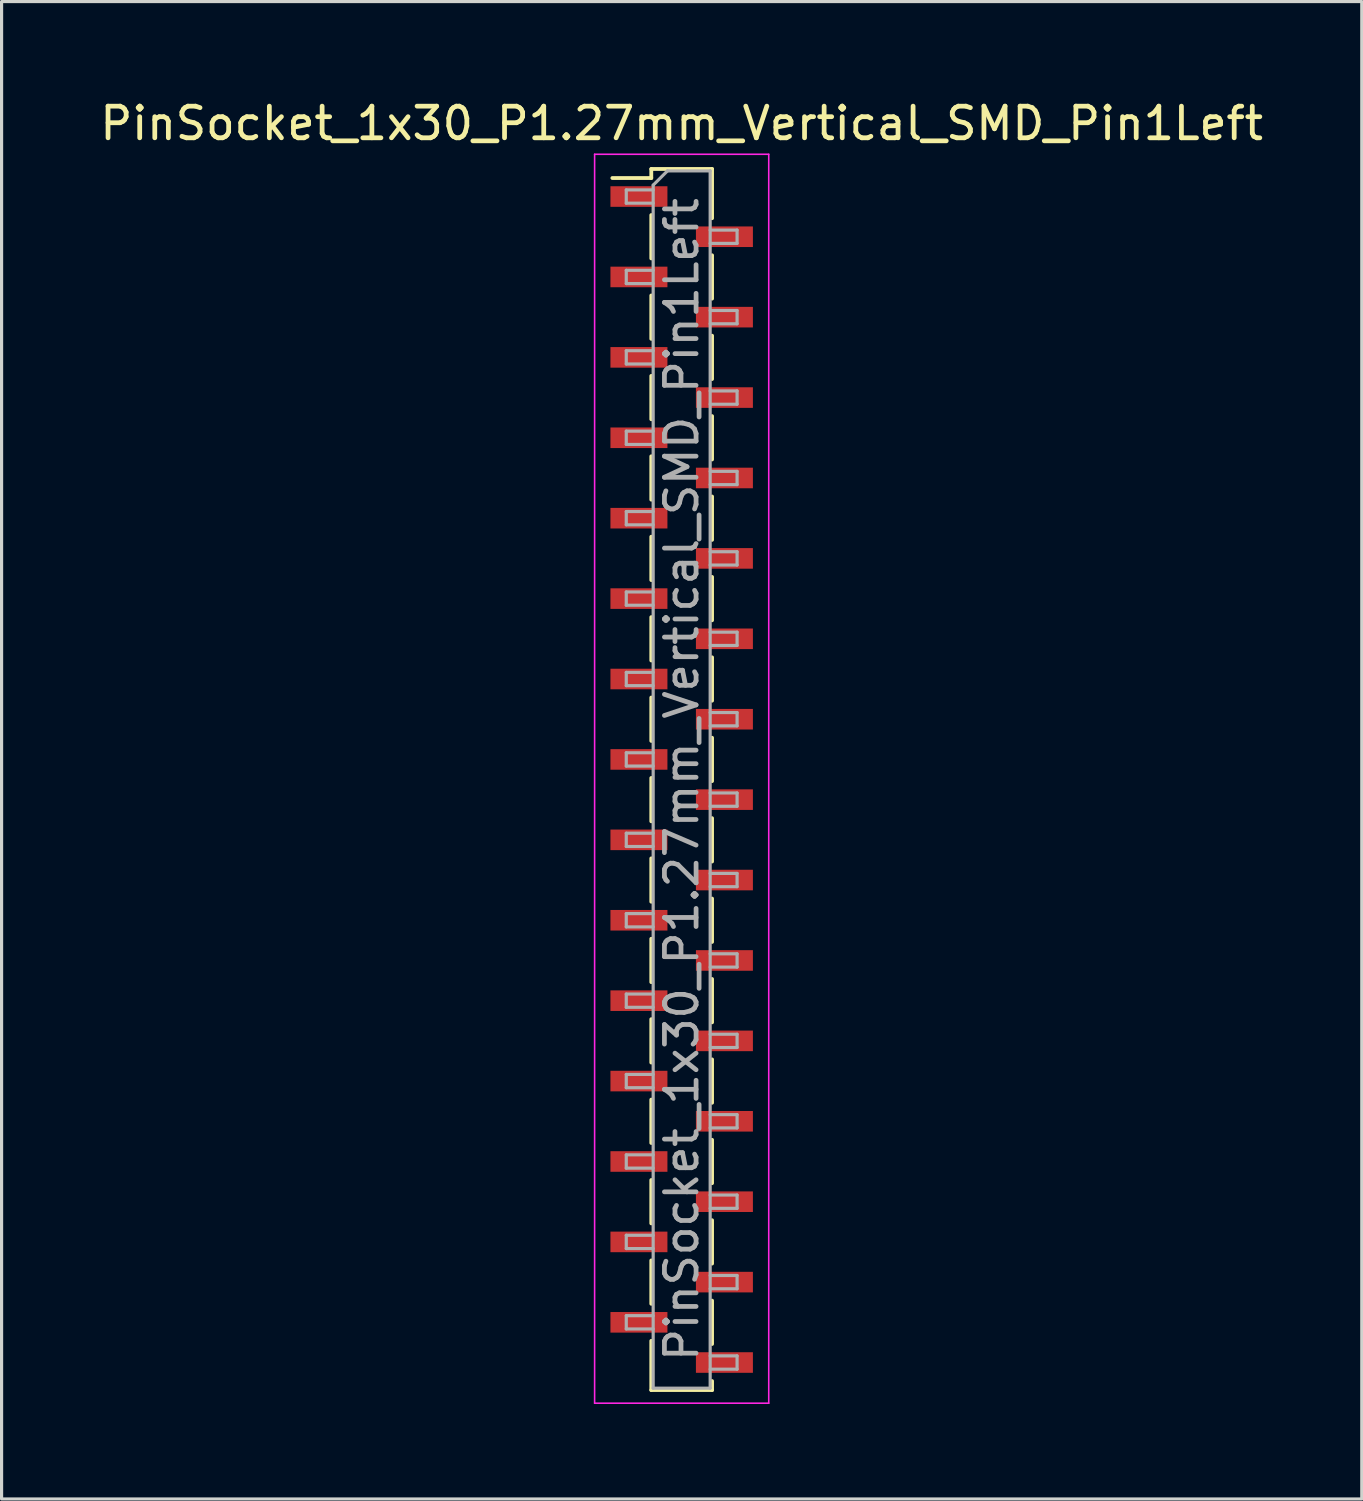
<source format=kicad_pcb>
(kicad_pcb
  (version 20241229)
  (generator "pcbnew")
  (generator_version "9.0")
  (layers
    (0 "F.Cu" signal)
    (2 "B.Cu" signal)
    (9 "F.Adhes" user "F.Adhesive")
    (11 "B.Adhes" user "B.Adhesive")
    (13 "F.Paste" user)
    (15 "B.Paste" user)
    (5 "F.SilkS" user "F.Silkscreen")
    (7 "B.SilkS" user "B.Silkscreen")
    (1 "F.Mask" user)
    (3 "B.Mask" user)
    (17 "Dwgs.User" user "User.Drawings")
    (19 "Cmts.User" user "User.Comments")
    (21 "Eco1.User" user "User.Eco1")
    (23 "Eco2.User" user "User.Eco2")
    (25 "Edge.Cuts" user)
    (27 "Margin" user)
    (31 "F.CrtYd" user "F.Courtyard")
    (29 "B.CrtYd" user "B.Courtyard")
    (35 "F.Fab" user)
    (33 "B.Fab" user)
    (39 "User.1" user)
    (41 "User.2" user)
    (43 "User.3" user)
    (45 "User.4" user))
  (footprint "PinSocket_1x30_P1.27mm_Vertical_SMD_Pin1Left"
    (layer "F.Cu")
    (at 18.482 21.573)
    (property "Reference" "PinSocket_1x30_P1.27mm_Vertical_SMD_Pin1Left" (at 0 -20.725 0) (layer "F.SilkS") (effects (font (size 1 1) (thickness 0.15))))
    (attr smd)
    (fp_line (start -2.19 -19) (end -0.96 -19) (stroke (width 0.12) (type solid)) (layer "F.SilkS"))
    (fp_line (start -0.96 -19.285) (end -0.96 -19) (stroke (width 0.12) (type solid)) (layer "F.SilkS"))
    (fp_line (start -0.96 -19.285) (end 0.96 -19.285) (stroke (width 0.12) (type solid)) (layer "F.SilkS"))
    (fp_line (start -0.96 -17.83) (end -0.96 -16.46) (stroke (width 0.12) (type solid)) (layer "F.SilkS"))
    (fp_line (start -0.96 -15.29) (end -0.96 -13.92) (stroke (width 0.12) (type solid)) (layer "F.SilkS"))
    (fp_line (start -0.96 -12.75) (end -0.96 -11.38) (stroke (width 0.12) (type solid)) (layer "F.SilkS"))
    (fp_line (start -0.96 -10.21) (end -0.96 -8.84) (stroke (width 0.12) (type solid)) (layer "F.SilkS"))
    (fp_line (start -0.96 -7.67) (end -0.96 -6.3) (stroke (width 0.12) (type solid)) (layer "F.SilkS"))
    (fp_line (start -0.96 -5.13) (end -0.96 -3.76) (stroke (width 0.12) (type solid)) (layer "F.SilkS"))
    (fp_line (start -0.96 -2.59) (end -0.96 -1.22) (stroke (width 0.12) (type solid)) (layer "F.SilkS"))
    (fp_line (start -0.96 -0.05) (end -0.96 1.32) (stroke (width 0.12) (type solid)) (layer "F.SilkS"))
    (fp_line (start -0.96 2.49) (end -0.96 3.86) (stroke (width 0.12) (type solid)) (layer "F.SilkS"))
    (fp_line (start -0.96 5.03) (end -0.96 6.4) (stroke (width 0.12) (type solid)) (layer "F.SilkS"))
    (fp_line (start -0.96 7.57) (end -0.96 8.94) (stroke (width 0.12) (type solid)) (layer "F.SilkS"))
    (fp_line (start -0.96 10.11) (end -0.96 11.48) (stroke (width 0.12) (type solid)) (layer "F.SilkS"))
    (fp_line (start -0.96 12.65) (end -0.96 14.02) (stroke (width 0.12) (type solid)) (layer "F.SilkS"))
    (fp_line (start -0.96 15.19) (end -0.96 16.56) (stroke (width 0.12) (type solid)) (layer "F.SilkS"))
    (fp_line (start -0.96 17.73) (end -0.96 19.285) (stroke (width 0.12) (type solid)) (layer "F.SilkS"))
    (fp_line (start -0.96 19.285) (end 0.96 19.285) (stroke (width 0.12) (type solid)) (layer "F.SilkS"))
    (fp_line (start 0.96 -19.285) (end 0.96 -17.73) (stroke (width 0.12) (type solid)) (layer "F.SilkS"))
    (fp_line (start 0.96 -16.56) (end 0.96 -15.19) (stroke (width 0.12) (type solid)) (layer "F.SilkS"))
    (fp_line (start 0.96 -14.02) (end 0.96 -12.65) (stroke (width 0.12) (type solid)) (layer "F.SilkS"))
    (fp_line (start 0.96 -11.48) (end 0.96 -10.11) (stroke (width 0.12) (type solid)) (layer "F.SilkS"))
    (fp_line (start 0.96 -8.94) (end 0.96 -7.57) (stroke (width 0.12) (type solid)) (layer "F.SilkS"))
    (fp_line (start 0.96 -6.4) (end 0.96 -5.03) (stroke (width 0.12) (type solid)) (layer "F.SilkS"))
    (fp_line (start 0.96 -3.86) (end 0.96 -2.49) (stroke (width 0.12) (type solid)) (layer "F.SilkS"))
    (fp_line (start 0.96 -1.32) (end 0.96 0.05) (stroke (width 0.12) (type solid)) (layer "F.SilkS"))
    (fp_line (start 0.96 1.22) (end 0.96 2.59) (stroke (width 0.12) (type solid)) (layer "F.SilkS"))
    (fp_line (start 0.96 3.76) (end 0.96 5.13) (stroke (width 0.12) (type solid)) (layer "F.SilkS"))
    (fp_line (start 0.96 6.3) (end 0.96 7.67) (stroke (width 0.12) (type solid)) (layer "F.SilkS"))
    (fp_line (start 0.96 8.84) (end 0.96 10.21) (stroke (width 0.12) (type solid)) (layer "F.SilkS"))
    (fp_line (start 0.96 11.38) (end 0.96 12.75) (stroke (width 0.12) (type solid)) (layer "F.SilkS"))
    (fp_line (start 0.96 13.92) (end 0.96 15.29) (stroke (width 0.12) (type solid)) (layer "F.SilkS"))
    (fp_line (start 0.96 16.46) (end 0.96 17.83) (stroke (width 0.12) (type solid)) (layer "F.SilkS"))
    (fp_line (start 0.96 19) (end 0.96 19.285) (stroke (width 0.12) (type solid)) (layer "F.SilkS"))
    (fp_line (start -2.75 -19.75) (end 2.75 -19.75) (stroke (width 0.05) (type solid)) (layer "F.CrtYd"))
    (fp_line (start -2.75 19.7) (end -2.75 -19.75) (stroke (width 0.05) (type solid)) (layer "F.CrtYd"))
    (fp_line (start 2.75 -19.75) (end 2.75 19.7) (stroke (width 0.05) (type solid)) (layer "F.CrtYd"))
    (fp_line (start 2.75 19.7) (end -2.75 19.7) (stroke (width 0.05) (type solid)) (layer "F.CrtYd"))
    (fp_line (start -1.75 -18.625) (end -0.9 -18.625) (stroke (width 0.1) (type solid)) (layer "F.Fab"))
    (fp_line (start -1.75 -18.205) (end -1.75 -18.625) (stroke (width 0.1) (type solid)) (layer "F.Fab"))
    (fp_line (start -1.75 -16.085) (end -0.9 -16.085) (stroke (width 0.1) (type solid)) (layer "F.Fab"))
    (fp_line (start -1.75 -15.665) (end -1.75 -16.085) (stroke (width 0.1) (type solid)) (layer "F.Fab"))
    (fp_line (start -1.75 -13.545) (end -0.9 -13.545) (stroke (width 0.1) (type solid)) (layer "F.Fab"))
    (fp_line (start -1.75 -13.125) (end -1.75 -13.545) (stroke (width 0.1) (type solid)) (layer "F.Fab"))
    (fp_line (start -1.75 -11.005) (end -0.9 -11.005) (stroke (width 0.1) (type solid)) (layer "F.Fab"))
    (fp_line (start -1.75 -10.585) (end -1.75 -11.005) (stroke (width 0.1) (type solid)) (layer "F.Fab"))
    (fp_line (start -1.75 -8.465) (end -0.9 -8.465) (stroke (width 0.1) (type solid)) (layer "F.Fab"))
    (fp_line (start -1.75 -8.045) (end -1.75 -8.465) (stroke (width 0.1) (type solid)) (layer "F.Fab"))
    (fp_line (start -1.75 -5.925) (end -0.9 -5.925) (stroke (width 0.1) (type solid)) (layer "F.Fab"))
    (fp_line (start -1.75 -5.505) (end -1.75 -5.925) (stroke (width 0.1) (type solid)) (layer "F.Fab"))
    (fp_line (start -1.75 -3.385) (end -0.9 -3.385) (stroke (width 0.1) (type solid)) (layer "F.Fab"))
    (fp_line (start -1.75 -2.965) (end -1.75 -3.385) (stroke (width 0.1) (type solid)) (layer "F.Fab"))
    (fp_line (start -1.75 -0.845) (end -0.9 -0.845) (stroke (width 0.1) (type solid)) (layer "F.Fab"))
    (fp_line (start -1.75 -0.425) (end -1.75 -0.845) (stroke (width 0.1) (type solid)) (layer "F.Fab"))
    (fp_line (start -1.75 1.695) (end -0.9 1.695) (stroke (width 0.1) (type solid)) (layer "F.Fab"))
    (fp_line (start -1.75 2.115) (end -1.75 1.695) (stroke (width 0.1) (type solid)) (layer "F.Fab"))
    (fp_line (start -1.75 4.235) (end -0.9 4.235) (stroke (width 0.1) (type solid)) (layer "F.Fab"))
    (fp_line (start -1.75 4.655) (end -1.75 4.235) (stroke (width 0.1) (type solid)) (layer "F.Fab"))
    (fp_line (start -1.75 6.775) (end -0.9 6.775) (stroke (width 0.1) (type solid)) (layer "F.Fab"))
    (fp_line (start -1.75 7.195) (end -1.75 6.775) (stroke (width 0.1) (type solid)) (layer "F.Fab"))
    (fp_line (start -1.75 9.315) (end -0.9 9.315) (stroke (width 0.1) (type solid)) (layer "F.Fab"))
    (fp_line (start -1.75 9.735) (end -1.75 9.315) (stroke (width 0.1) (type solid)) (layer "F.Fab"))
    (fp_line (start -1.75 11.855) (end -0.9 11.855) (stroke (width 0.1) (type solid)) (layer "F.Fab"))
    (fp_line (start -1.75 12.275) (end -1.75 11.855) (stroke (width 0.1) (type solid)) (layer "F.Fab"))
    (fp_line (start -1.75 14.395) (end -0.9 14.395) (stroke (width 0.1) (type solid)) (layer "F.Fab"))
    (fp_line (start -1.75 14.815) (end -1.75 14.395) (stroke (width 0.1) (type solid)) (layer "F.Fab"))
    (fp_line (start -1.75 16.935) (end -0.9 16.935) (stroke (width 0.1) (type solid)) (layer "F.Fab"))
    (fp_line (start -1.75 17.355) (end -1.75 16.935) (stroke (width 0.1) (type solid)) (layer "F.Fab"))
    (fp_line (start -0.9 -18.775) (end -0.45 -19.225) (stroke (width 0.1) (type solid)) (layer "F.Fab"))
    (fp_line (start -0.9 -18.205) (end -1.75 -18.205) (stroke (width 0.1) (type solid)) (layer "F.Fab"))
    (fp_line (start -0.9 -15.665) (end -1.75 -15.665) (stroke (width 0.1) (type solid)) (layer "F.Fab"))
    (fp_line (start -0.9 -13.125) (end -1.75 -13.125) (stroke (width 0.1) (type solid)) (layer "F.Fab"))
    (fp_line (start -0.9 -10.585) (end -1.75 -10.585) (stroke (width 0.1) (type solid)) (layer "F.Fab"))
    (fp_line (start -0.9 -8.045) (end -1.75 -8.045) (stroke (width 0.1) (type solid)) (layer "F.Fab"))
    (fp_line (start -0.9 -5.505) (end -1.75 -5.505) (stroke (width 0.1) (type solid)) (layer "F.Fab"))
    (fp_line (start -0.9 -2.965) (end -1.75 -2.965) (stroke (width 0.1) (type solid)) (layer "F.Fab"))
    (fp_line (start -0.9 -0.425) (end -1.75 -0.425) (stroke (width 0.1) (type solid)) (layer "F.Fab"))
    (fp_line (start -0.9 2.115) (end -1.75 2.115) (stroke (width 0.1) (type solid)) (layer "F.Fab"))
    (fp_line (start -0.9 4.655) (end -1.75 4.655) (stroke (width 0.1) (type solid)) (layer "F.Fab"))
    (fp_line (start -0.9 7.195) (end -1.75 7.195) (stroke (width 0.1) (type solid)) (layer "F.Fab"))
    (fp_line (start -0.9 9.735) (end -1.75 9.735) (stroke (width 0.1) (type solid)) (layer "F.Fab"))
    (fp_line (start -0.9 12.275) (end -1.75 12.275) (stroke (width 0.1) (type solid)) (layer "F.Fab"))
    (fp_line (start -0.9 14.815) (end -1.75 14.815) (stroke (width 0.1) (type solid)) (layer "F.Fab"))
    (fp_line (start -0.9 17.355) (end -1.75 17.355) (stroke (width 0.1) (type solid)) (layer "F.Fab"))
    (fp_line (start -0.9 19.225) (end -0.9 -18.775) (stroke (width 0.1) (type solid)) (layer "F.Fab"))
    (fp_line (start -0.45 -19.225) (end 0.9 -19.225) (stroke (width 0.1) (type solid)) (layer "F.Fab"))
    (fp_line (start 0.9 -19.225) (end 0.9 19.225) (stroke (width 0.1) (type solid)) (layer "F.Fab"))
    (fp_line (start 0.9 -17.355) (end 1.75 -17.355) (stroke (width 0.1) (type solid)) (layer "F.Fab"))
    (fp_line (start 0.9 -14.815) (end 1.75 -14.815) (stroke (width 0.1) (type solid)) (layer "F.Fab"))
    (fp_line (start 0.9 -12.275) (end 1.75 -12.275) (stroke (width 0.1) (type solid)) (layer "F.Fab"))
    (fp_line (start 0.9 -9.735) (end 1.75 -9.735) (stroke (width 0.1) (type solid)) (layer "F.Fab"))
    (fp_line (start 0.9 -7.195) (end 1.75 -7.195) (stroke (width 0.1) (type solid)) (layer "F.Fab"))
    (fp_line (start 0.9 -4.655) (end 1.75 -4.655) (stroke (width 0.1) (type solid)) (layer "F.Fab"))
    (fp_line (start 0.9 -2.115) (end 1.75 -2.115) (stroke (width 0.1) (type solid)) (layer "F.Fab"))
    (fp_line (start 0.9 0.425) (end 1.75 0.425) (stroke (width 0.1) (type solid)) (layer "F.Fab"))
    (fp_line (start 0.9 2.965) (end 1.75 2.965) (stroke (width 0.1) (type solid)) (layer "F.Fab"))
    (fp_line (start 0.9 5.505) (end 1.75 5.505) (stroke (width 0.1) (type solid)) (layer "F.Fab"))
    (fp_line (start 0.9 8.045) (end 1.75 8.045) (stroke (width 0.1) (type solid)) (layer "F.Fab"))
    (fp_line (start 0.9 10.585) (end 1.75 10.585) (stroke (width 0.1) (type solid)) (layer "F.Fab"))
    (fp_line (start 0.9 13.125) (end 1.75 13.125) (stroke (width 0.1) (type solid)) (layer "F.Fab"))
    (fp_line (start 0.9 15.665) (end 1.75 15.665) (stroke (width 0.1) (type solid)) (layer "F.Fab"))
    (fp_line (start 0.9 18.205) (end 1.75 18.205) (stroke (width 0.1) (type solid)) (layer "F.Fab"))
    (fp_line (start 0.9 19.225) (end -0.9 19.225) (stroke (width 0.1) (type solid)) (layer "F.Fab"))
    (fp_line (start 1.75 -17.355) (end 1.75 -16.935) (stroke (width 0.1) (type solid)) (layer "F.Fab"))
    (fp_line (start 1.75 -16.935) (end 0.9 -16.935) (stroke (width 0.1) (type solid)) (layer "F.Fab"))
    (fp_line (start 1.75 -14.815) (end 1.75 -14.395) (stroke (width 0.1) (type solid)) (layer "F.Fab"))
    (fp_line (start 1.75 -14.395) (end 0.9 -14.395) (stroke (width 0.1) (type solid)) (layer "F.Fab"))
    (fp_line (start 1.75 -12.275) (end 1.75 -11.855) (stroke (width 0.1) (type solid)) (layer "F.Fab"))
    (fp_line (start 1.75 -11.855) (end 0.9 -11.855) (stroke (width 0.1) (type solid)) (layer "F.Fab"))
    (fp_line (start 1.75 -9.735) (end 1.75 -9.315) (stroke (width 0.1) (type solid)) (layer "F.Fab"))
    (fp_line (start 1.75 -9.315) (end 0.9 -9.315) (stroke (width 0.1) (type solid)) (layer "F.Fab"))
    (fp_line (start 1.75 -7.195) (end 1.75 -6.775) (stroke (width 0.1) (type solid)) (layer "F.Fab"))
    (fp_line (start 1.75 -6.775) (end 0.9 -6.775) (stroke (width 0.1) (type solid)) (layer "F.Fab"))
    (fp_line (start 1.75 -4.655) (end 1.75 -4.235) (stroke (width 0.1) (type solid)) (layer "F.Fab"))
    (fp_line (start 1.75 -4.235) (end 0.9 -4.235) (stroke (width 0.1) (type solid)) (layer "F.Fab"))
    (fp_line (start 1.75 -2.115) (end 1.75 -1.695) (stroke (width 0.1) (type solid)) (layer "F.Fab"))
    (fp_line (start 1.75 -1.695) (end 0.9 -1.695) (stroke (width 0.1) (type solid)) (layer "F.Fab"))
    (fp_line (start 1.75 0.425) (end 1.75 0.845) (stroke (width 0.1) (type solid)) (layer "F.Fab"))
    (fp_line (start 1.75 0.845) (end 0.9 0.845) (stroke (width 0.1) (type solid)) (layer "F.Fab"))
    (fp_line (start 1.75 2.965) (end 1.75 3.385) (stroke (width 0.1) (type solid)) (layer "F.Fab"))
    (fp_line (start 1.75 3.385) (end 0.9 3.385) (stroke (width 0.1) (type solid)) (layer "F.Fab"))
    (fp_line (start 1.75 5.505) (end 1.75 5.925) (stroke (width 0.1) (type solid)) (layer "F.Fab"))
    (fp_line (start 1.75 5.925) (end 0.9 5.925) (stroke (width 0.1) (type solid)) (layer "F.Fab"))
    (fp_line (start 1.75 8.045) (end 1.75 8.465) (stroke (width 0.1) (type solid)) (layer "F.Fab"))
    (fp_line (start 1.75 8.465) (end 0.9 8.465) (stroke (width 0.1) (type solid)) (layer "F.Fab"))
    (fp_line (start 1.75 10.585) (end 1.75 11.005) (stroke (width 0.1) (type solid)) (layer "F.Fab"))
    (fp_line (start 1.75 11.005) (end 0.9 11.005) (stroke (width 0.1) (type solid)) (layer "F.Fab"))
    (fp_line (start 1.75 13.125) (end 1.75 13.545) (stroke (width 0.1) (type solid)) (layer "F.Fab"))
    (fp_line (start 1.75 13.545) (end 0.9 13.545) (stroke (width 0.1) (type solid)) (layer "F.Fab"))
    (fp_line (start 1.75 15.665) (end 1.75 16.085) (stroke (width 0.1) (type solid)) (layer "F.Fab"))
    (fp_line (start 1.75 16.085) (end 0.9 16.085) (stroke (width 0.1) (type solid)) (layer "F.Fab"))
    (fp_line (start 1.75 18.205) (end 1.75 18.625) (stroke (width 0.1) (type solid)) (layer "F.Fab"))
    (fp_line (start 1.75 18.625) (end 0.9 18.625) (stroke (width 0.1) (type solid)) (layer "F.Fab"))
    (fp_text user "${REFERENCE}" (at 0 0 90) (layer "F.Fab") (effects (font (size 1 1) (thickness 0.15))))
    (pad "1" smd rect (at -1.35 -18.415) (size 1.8 0.65) (layers "F.Cu" "F.Mask" "F.Paste"))
    (pad "2" smd rect (at 1.35 -17.145) (size 1.8 0.65) (layers "F.Cu" "F.Mask" "F.Paste"))
    (pad "3" smd rect (at -1.35 -15.875) (size 1.8 0.65) (layers "F.Cu" "F.Mask" "F.Paste"))
    (pad "4" smd rect (at 1.35 -14.605) (size 1.8 0.65) (layers "F.Cu" "F.Mask" "F.Paste"))
    (pad "5" smd rect (at -1.35 -13.335) (size 1.8 0.65) (layers "F.Cu" "F.Mask" "F.Paste"))
    (pad "6" smd rect (at 1.35 -12.065) (size 1.8 0.65) (layers "F.Cu" "F.Mask" "F.Paste"))
    (pad "7" smd rect (at -1.35 -10.795) (size 1.8 0.65) (layers "F.Cu" "F.Mask" "F.Paste"))
    (pad "8" smd rect (at 1.35 -9.525) (size 1.8 0.65) (layers "F.Cu" "F.Mask" "F.Paste"))
    (pad "9" smd rect (at -1.35 -8.255) (size 1.8 0.65) (layers "F.Cu" "F.Mask" "F.Paste"))
    (pad "10" smd rect (at 1.35 -6.985) (size 1.8 0.65) (layers "F.Cu" "F.Mask" "F.Paste"))
    (pad "11" smd rect (at -1.35 -5.715) (size 1.8 0.65) (layers "F.Cu" "F.Mask" "F.Paste"))
    (pad "12" smd rect (at 1.35 -4.445) (size 1.8 0.65) (layers "F.Cu" "F.Mask" "F.Paste"))
    (pad "13" smd rect (at -1.35 -3.175) (size 1.8 0.65) (layers "F.Cu" "F.Mask" "F.Paste"))
    (pad "14" smd rect (at 1.35 -1.905) (size 1.8 0.65) (layers "F.Cu" "F.Mask" "F.Paste"))
    (pad "15" smd rect (at -1.35 -0.635) (size 1.8 0.65) (layers "F.Cu" "F.Mask" "F.Paste"))
    (pad "16" smd rect (at 1.35 0.635) (size 1.8 0.65) (layers "F.Cu" "F.Mask" "F.Paste"))
    (pad "17" smd rect (at -1.35 1.905) (size 1.8 0.65) (layers "F.Cu" "F.Mask" "F.Paste"))
    (pad "18" smd rect (at 1.35 3.175) (size 1.8 0.65) (layers "F.Cu" "F.Mask" "F.Paste"))
    (pad "19" smd rect (at -1.35 4.445) (size 1.8 0.65) (layers "F.Cu" "F.Mask" "F.Paste"))
    (pad "20" smd rect (at 1.35 5.715) (size 1.8 0.65) (layers "F.Cu" "F.Mask" "F.Paste"))
    (pad "21" smd rect (at -1.35 6.985) (size 1.8 0.65) (layers "F.Cu" "F.Mask" "F.Paste"))
    (pad "22" smd rect (at 1.35 8.255) (size 1.8 0.65) (layers "F.Cu" "F.Mask" "F.Paste"))
    (pad "23" smd rect (at -1.35 9.525) (size 1.8 0.65) (layers "F.Cu" "F.Mask" "F.Paste"))
    (pad "24" smd rect (at 1.35 10.795) (size 1.8 0.65) (layers "F.Cu" "F.Mask" "F.Paste"))
    (pad "25" smd rect (at -1.35 12.065) (size 1.8 0.65) (layers "F.Cu" "F.Mask" "F.Paste"))
    (pad "26" smd rect (at 1.35 13.335) (size 1.8 0.65) (layers "F.Cu" "F.Mask" "F.Paste"))
    (pad "27" smd rect (at -1.35 14.605) (size 1.8 0.65) (layers "F.Cu" "F.Mask" "F.Paste"))
    (pad "28" smd rect (at 1.35 15.875) (size 1.8 0.65) (layers "F.Cu" "F.Mask" "F.Paste"))
    (pad "29" smd rect (at -1.35 17.145) (size 1.8 0.65) (layers "F.Cu" "F.Mask" "F.Paste"))
    (pad "30" smd rect (at 1.35 18.415) (size 1.8 0.65) (layers "F.Cu" "F.Mask" "F.Paste")))
  (gr_rect
    (start -3 -3)
    (end 39.964 44.298)
    (stroke (width 0.1) (type default))
    (fill no)
    (layer "Edge.Cuts")))
</source>
